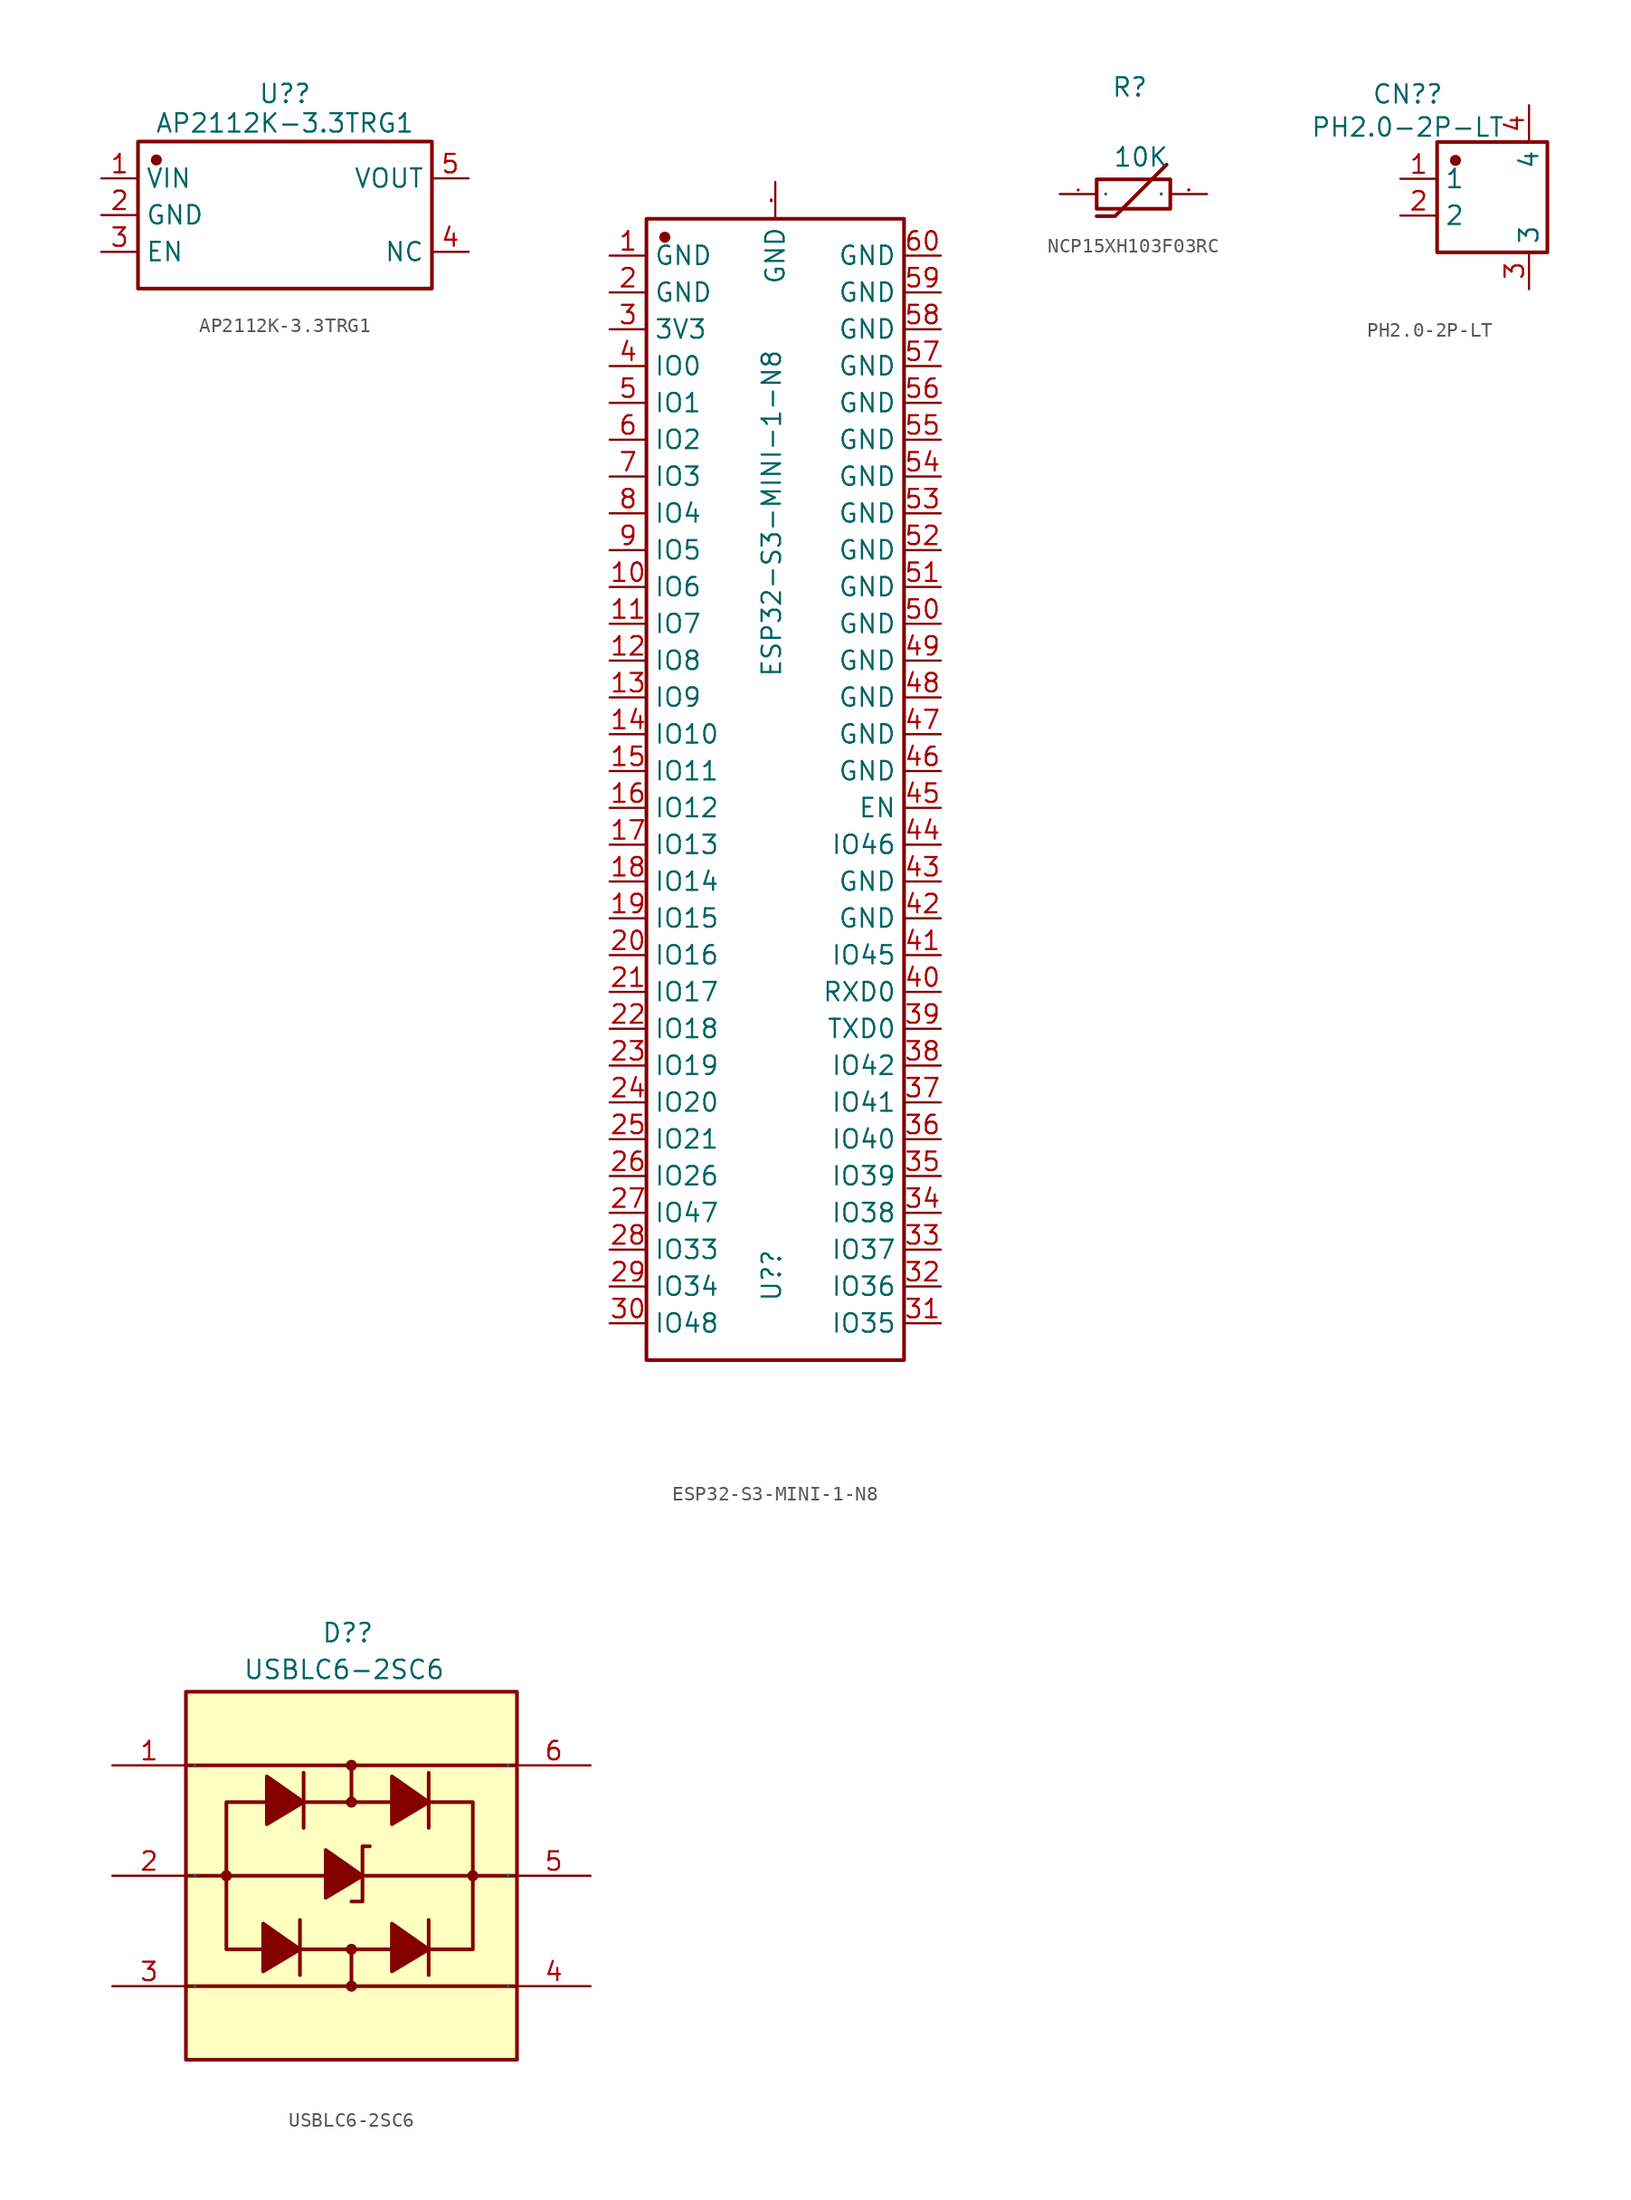
<source format=kicad_sym>
(kicad_symbol_lib
  (version 20241209)
  (generator "kicad_symbol_editor")
  (generator_version "9.0")
  (symbol "AP2112K-3.3TRG1"
    (property "Reference" "U?"
      (at 0 8.382 0)
      (effects (font (size 1.27 1.27))))
    (property "Value" "AP2112K-3.3TRG1"
      (at 0 6.35 0)
      (effects (font (size 1.27 1.27))))
    (symbol "AP2112K-3.3TRG1_0_0"
      (rectangle (start -10.16 5.08) (end 10.16 -5.08) (stroke (width 0.254) (type solid)) (fill (type none)))
      (circle (center -8.89 3.81) (radius 0.254) (stroke (width 0.254) (type solid)) (fill (type outline)))
      (pin unspecified line (at -12.7 2.54 0) (length 2.54) (name "VIN" (effects (font (size 1.27 1.27)))) (number "1" (effects (font (size 1.27 1.27)))))
      (pin unspecified line (at -12.7 0 0) (length 2.54) (name "GND" (effects (font (size 1.27 1.27)))) (number "2" (effects (font (size 1.27 1.27)))))
      (pin unspecified line (at -12.7 -2.54 0) (length 2.54) (name "EN" (effects (font (size 1.27 1.27)))) (number "3" (effects (font (size 1.27 1.27)))))
      (pin unspecified line (at 12.7 2.54 180) (length 2.54) (name "VOUT" (effects (font (size 1.27 1.27)))) (number "5" (effects (font (size 1.27 1.27)))))
      (pin unspecified line (at 12.7 -2.54 180) (length 2.54) (name "NC" (effects (font (size 1.27 1.27)))) (number "4" (effects (font (size 1.27 1.27)))))))
  (symbol "ESP32-S3-MINI-1-N8"
    (property "Reference" "U?"
      (at -0.254 -33.528 90)
      (effects (font (size 1.27 1.27))))
    (property "Value" "ESP32-S3-MINI-1-N8"
      (at -0.254 19.05 90)
      (effects (font (size 1.27 1.27))))
    (symbol "ESP32-S3-MINI-1-N8_0_0"
      (rectangle (start -8.89 39.37) (end 8.89 -39.37) (stroke (width 0.254) (type solid)) (fill (type none)))
      (circle (center -7.62 38.1) (radius 0.254) (stroke (width 0.254) (type solid)) (fill (type outline)))
      (pin unspecified line (at -11.43 36.83 0) (length 2.54) (name "GND" (effects (font (size 1.27 1.27)))) (number "1" (effects (font (size 1.27 1.27)))))
      (pin unspecified line (at -11.43 34.29 0) (length 2.54) (name "GND" (effects (font (size 1.27 1.27)))) (number "2" (effects (font (size 1.27 1.27)))))
      (pin unspecified line (at -11.43 31.75 0) (length 2.54) (name "3V3" (effects (font (size 1.27 1.27)))) (number "3" (effects (font (size 1.27 1.27)))))
      (pin unspecified line (at -11.43 29.21 0) (length 2.54) (name "IO0" (effects (font (size 1.27 1.27)))) (number "4" (effects (font (size 1.27 1.27)))))
      (pin unspecified line (at -11.43 26.67 0) (length 2.54) (name "IO1" (effects (font (size 1.27 1.27)))) (number "5" (effects (font (size 1.27 1.27)))))
      (pin unspecified line (at -11.43 24.13 0) (length 2.54) (name "IO2" (effects (font (size 1.27 1.27)))) (number "6" (effects (font (size 1.27 1.27)))))
      (pin unspecified line (at -11.43 21.59 0) (length 2.54) (name "IO3" (effects (font (size 1.27 1.27)))) (number "7" (effects (font (size 1.27 1.27)))))
      (pin unspecified line (at -11.43 19.05 0) (length 2.54) (name "IO4" (effects (font (size 1.27 1.27)))) (number "8" (effects (font (size 1.27 1.27)))))
      (pin unspecified line (at -11.43 16.51 0) (length 2.54) (name "IO5" (effects (font (size 1.27 1.27)))) (number "9" (effects (font (size 1.27 1.27)))))
      (pin unspecified line (at -11.43 13.97 0) (length 2.54) (name "IO6" (effects (font (size 1.27 1.27)))) (number "10" (effects (font (size 1.27 1.27)))))
      (pin unspecified line (at -11.43 11.43 0) (length 2.54) (name "IO7" (effects (font (size 1.27 1.27)))) (number "11" (effects (font (size 1.27 1.27)))))
      (pin unspecified line (at -11.43 8.89 0) (length 2.54) (name "IO8" (effects (font (size 1.27 1.27)))) (number "12" (effects (font (size 1.27 1.27)))))
      (pin unspecified line (at -11.43 6.35 0) (length 2.54) (name "IO9" (effects (font (size 1.27 1.27)))) (number "13" (effects (font (size 1.27 1.27)))))
      (pin unspecified line (at -11.43 3.81 0) (length 2.54) (name "IO10" (effects (font (size 1.27 1.27)))) (number "14" (effects (font (size 1.27 1.27)))))
      (pin unspecified line (at -11.43 1.27 0) (length 2.54) (name "IO11" (effects (font (size 1.27 1.27)))) (number "15" (effects (font (size 1.27 1.27)))))
      (pin unspecified line (at -11.43 -1.27 0) (length 2.54) (name "IO12" (effects (font (size 1.27 1.27)))) (number "16" (effects (font (size 1.27 1.27)))))
      (pin unspecified line (at -11.43 -3.81 0) (length 2.54) (name "IO13" (effects (font (size 1.27 1.27)))) (number "17" (effects (font (size 1.27 1.27)))))
      (pin unspecified line (at -11.43 -6.35 0) (length 2.54) (name "IO14" (effects (font (size 1.27 1.27)))) (number "18" (effects (font (size 1.27 1.27)))))
      (pin unspecified line (at -11.43 -8.89 0) (length 2.54) (name "IO15" (effects (font (size 1.27 1.27)))) (number "19" (effects (font (size 1.27 1.27)))))
      (pin unspecified line (at -11.43 -11.43 0) (length 2.54) (name "IO16" (effects (font (size 1.27 1.27)))) (number "20" (effects (font (size 1.27 1.27)))))
      (pin unspecified line (at -11.43 -13.97 0) (length 2.54) (name "IO17" (effects (font (size 1.27 1.27)))) (number "21" (effects (font (size 1.27 1.27)))))
      (pin unspecified line (at -11.43 -16.51 0) (length 2.54) (name "IO18" (effects (font (size 1.27 1.27)))) (number "22" (effects (font (size 1.27 1.27)))))
      (pin unspecified line (at -11.43 -19.05 0) (length 2.54) (name "IO19" (effects (font (size 1.27 1.27)))) (number "23" (effects (font (size 1.27 1.27)))))
      (pin unspecified line (at -11.43 -21.59 0) (length 2.54) (name "IO20" (effects (font (size 1.27 1.27)))) (number "24" (effects (font (size 1.27 1.27)))))
      (pin unspecified line (at -11.43 -24.13 0) (length 2.54) (name "IO21" (effects (font (size 1.27 1.27)))) (number "25" (effects (font (size 1.27 1.27)))))
      (pin unspecified line (at -11.43 -26.67 0) (length 2.54) (name "IO26" (effects (font (size 1.27 1.27)))) (number "26" (effects (font (size 1.27 1.27)))))
      (pin unspecified line (at -11.43 -29.21 0) (length 2.54) (name "IO47" (effects (font (size 1.27 1.27)))) (number "27" (effects (font (size 1.27 1.27)))))
      (pin unspecified line (at -11.43 -31.75 0) (length 2.54) (name "IO33" (effects (font (size 1.27 1.27)))) (number "28" (effects (font (size 1.27 1.27)))))
      (pin unspecified line (at -11.43 -34.29 0) (length 2.54) (name "IO34" (effects (font (size 1.27 1.27)))) (number "29" (effects (font (size 1.27 1.27)))))
      (pin unspecified line (at -11.43 -36.83 0) (length 2.54) (name "IO48" (effects (font (size 1.27 1.27)))) (number "30" (effects (font (size 1.27 1.27)))))
      (pin unspecified line (at 0 41.91 270) (length 2.54) (name "GND" (effects (font (size 1.27 1.27)))) (number "GND" (effects (font (size 0.025 0.025)))))
      (pin unspecified line (at 11.43 36.83 180) (length 2.54) (name "GND" (effects (font (size 1.27 1.27)))) (number "60" (effects (font (size 1.27 1.27)))))
      (pin unspecified line (at 11.43 34.29 180) (length 2.54) (name "GND" (effects (font (size 1.27 1.27)))) (number "59" (effects (font (size 1.27 1.27)))))
      (pin unspecified line (at 11.43 31.75 180) (length 2.54) (name "GND" (effects (font (size 1.27 1.27)))) (number "58" (effects (font (size 1.27 1.27)))))
      (pin unspecified line (at 11.43 29.21 180) (length 2.54) (name "GND" (effects (font (size 1.27 1.27)))) (number "57" (effects (font (size 1.27 1.27)))))
      (pin unspecified line (at 11.43 26.67 180) (length 2.54) (name "GND" (effects (font (size 1.27 1.27)))) (number "56" (effects (font (size 1.27 1.27)))))
      (pin unspecified line (at 11.43 24.13 180) (length 2.54) (name "GND" (effects (font (size 1.27 1.27)))) (number "55" (effects (font (size 1.27 1.27)))))
      (pin unspecified line (at 11.43 21.59 180) (length 2.54) (name "GND" (effects (font (size 1.27 1.27)))) (number "54" (effects (font (size 1.27 1.27)))))
      (pin unspecified line (at 11.43 19.05 180) (length 2.54) (name "GND" (effects (font (size 1.27 1.27)))) (number "53" (effects (font (size 1.27 1.27)))))
      (pin unspecified line (at 11.43 16.51 180) (length 2.54) (name "GND" (effects (font (size 1.27 1.27)))) (number "52" (effects (font (size 1.27 1.27)))))
      (pin unspecified line (at 11.43 13.97 180) (length 2.54) (name "GND" (effects (font (size 1.27 1.27)))) (number "51" (effects (font (size 1.27 1.27)))))
      (pin unspecified line (at 11.43 11.43 180) (length 2.54) (name "GND" (effects (font (size 1.27 1.27)))) (number "50" (effects (font (size 1.27 1.27)))))
      (pin unspecified line (at 11.43 8.89 180) (length 2.54) (name "GND" (effects (font (size 1.27 1.27)))) (number "49" (effects (font (size 1.27 1.27)))))
      (pin unspecified line (at 11.43 6.35 180) (length 2.54) (name "GND" (effects (font (size 1.27 1.27)))) (number "48" (effects (font (size 1.27 1.27)))))
      (pin unspecified line (at 11.43 3.81 180) (length 2.54) (name "GND" (effects (font (size 1.27 1.27)))) (number "47" (effects (font (size 1.27 1.27)))))
      (pin unspecified line (at 11.43 1.27 180) (length 2.54) (name "GND" (effects (font (size 1.27 1.27)))) (number "46" (effects (font (size 1.27 1.27)))))
      (pin unspecified line (at 11.43 -1.27 180) (length 2.54) (name "EN" (effects (font (size 1.27 1.27)))) (number "45" (effects (font (size 1.27 1.27)))))
      (pin unspecified line (at 11.43 -3.81 180) (length 2.54) (name "IO46" (effects (font (size 1.27 1.27)))) (number "44" (effects (font (size 1.27 1.27)))))
      (pin unspecified line (at 11.43 -6.35 180) (length 2.54) (name "GND" (effects (font (size 1.27 1.27)))) (number "43" (effects (font (size 1.27 1.27)))))
      (pin unspecified line (at 11.43 -8.89 180) (length 2.54) (name "GND" (effects (font (size 1.27 1.27)))) (number "42" (effects (font (size 1.27 1.27)))))
      (pin unspecified line (at 11.43 -11.43 180) (length 2.54) (name "IO45" (effects (font (size 1.27 1.27)))) (number "41" (effects (font (size 1.27 1.27)))))
      (pin unspecified line (at 11.43 -13.97 180) (length 2.54) (name "RXD0" (effects (font (size 1.27 1.27)))) (number "40" (effects (font (size 1.27 1.27)))))
      (pin unspecified line (at 11.43 -16.51 180) (length 2.54) (name "TXD0" (effects (font (size 1.27 1.27)))) (number "39" (effects (font (size 1.27 1.27)))))
      (pin unspecified line (at 11.43 -19.05 180) (length 2.54) (name "IO42" (effects (font (size 1.27 1.27)))) (number "38" (effects (font (size 1.27 1.27)))))
      (pin unspecified line (at 11.43 -21.59 180) (length 2.54) (name "IO41" (effects (font (size 1.27 1.27)))) (number "37" (effects (font (size 1.27 1.27)))))
      (pin unspecified line (at 11.43 -24.13 180) (length 2.54) (name "IO40" (effects (font (size 1.27 1.27)))) (number "36" (effects (font (size 1.27 1.27)))))
      (pin unspecified line (at 11.43 -26.67 180) (length 2.54) (name "IO39" (effects (font (size 1.27 1.27)))) (number "35" (effects (font (size 1.27 1.27)))))
      (pin unspecified line (at 11.43 -29.21 180) (length 2.54) (name "IO38" (effects (font (size 1.27 1.27)))) (number "34" (effects (font (size 1.27 1.27)))))
      (pin unspecified line (at 11.43 -31.75 180) (length 2.54) (name "IO37" (effects (font (size 1.27 1.27)))) (number "33" (effects (font (size 1.27 1.27)))))
      (pin unspecified line (at 11.43 -34.29 180) (length 2.54) (name "IO36" (effects (font (size 1.27 1.27)))) (number "32" (effects (font (size 1.27 1.27)))))
      (pin unspecified line (at 11.43 -36.83 180) (length 2.54) (name "IO35" (effects (font (size 1.27 1.27)))) (number "31" (effects (font (size 1.27 1.27)))))))
  (symbol "NCP15XH103F03RC"
    (property "Reference" "R"
      (at -0.254 7.366 0)
      (effects (font (size 1.27 1.27))))
    (property "Value" "10K"
      (at 0.508 2.54 0)
      (effects (font (size 1.27 1.27))))
    (symbol "NCP15XH103F03RC_0_0"
      (rectangle (start -2.54 1.016) (end 2.54 -1.016) (stroke (width 0.254) (type solid)) (fill (type none)))
      (polyline (pts (xy -2.54 -1.524) (xy -1.27 -1.524) (xy 2.286 2.032)) (stroke (width 0.254) (type solid)) (fill (type none)))
      (pin input line (at -5.08 0 0) (length 2.54) (name "1" (effects (font (size 0.025 0.025)))) (number "1" (effects (font (size 0.025 0.025)))))
      (pin input line (at 5.08 0 180) (length 2.54) (name "2" (effects (font (size 0.025 0.025)))) (number "2" (effects (font (size 0.025 0.025)))))))
  (symbol "PH2.0-2P-LT"
    (property "Reference" "CN?"
      (at -4.572 7.112 0)
      (effects (font (size 1.27 1.27))))
    (property "Value" "PH2.0-2P-LT"
      (at -4.572 4.826 0)
      (effects (font (size 1.27 1.27))))
    (symbol "PH2.0-2P-LT_0_0"
      (rectangle (start -2.54 3.81) (end 5.08 -3.81) (stroke (width 0.254) (type solid)) (fill (type none)))
      (circle (center -1.27 2.54) (radius 0.254) (stroke (width 0.254) (type solid)) (fill (type outline)))
      (pin unspecified line (at -5.08 1.27 0) (length 2.54) (name "1" (effects (font (size 1.27 1.27)))) (number "1" (effects (font (size 1.27 1.27)))))
      (pin unspecified line (at -5.08 -1.27 0) (length 2.54) (name "2" (effects (font (size 1.27 1.27)))) (number "2" (effects (font (size 1.27 1.27)))))
      (pin unspecified line (at 3.81 6.35 270) (length 2.54) (name "4" (effects (font (size 1.27 1.27)))) (number "4" (effects (font (size 1.27 1.27)))))
      (pin unspecified line (at 3.81 -6.35 90) (length 2.54) (name "3" (effects (font (size 1.27 1.27)))) (number "3" (effects (font (size 1.27 1.27)))))))
  (symbol "USBLC6-2SC6"
    (property "Reference" "D?"
      (at -0.254 16.764 0)
      (effects (font (size 1.27 1.27))))
    (property "Value" "USBLC6-2SC6"
      (at -0.508 14.224 0)
      (effects (font (size 1.27 1.27))))
    (symbol "USBLC6-2SC6_0_0"
      (rectangle (start -11.43 12.7) (end 11.43 -12.7) (stroke (width 0.254) (type solid)) (fill (type background)))
      (polyline (pts (xy -11.43 7.62) (xy 11.43 7.62)) (stroke (width 0.254) (type solid)) (fill (type none)))
      (polyline (pts (xy -11.43 0) (xy 11.43 0)) (stroke (width 0.254) (type solid)) (fill (type none)))
      (polyline (pts (xy -11.43 -7.62) (xy 11.43 -7.62)) (stroke (width 0.254) (type solid)) (fill (type none)))
      (circle (center -8.636 0) (radius 0.254) (stroke (width 0.254) (type solid)) (fill (type none)))
      (polyline (pts (xy -8.636 0) (xy -8.636 5.08) (xy 8.382 5.08) (xy 8.382 -5.08) (xy -8.636 -5.08) (xy -8.636 0)) (stroke (width 0.254) (type solid)) (fill (type none)))
      (polyline (pts (xy -6.096 -6.604) (xy -3.556 -5.08) (xy -6.096 -3.302) (xy -6.096 -6.604)) (stroke (width 0.254) (type solid)) (fill (type outline)))
      (polyline (pts (xy -5.842 3.556) (xy -3.302 5.08) (xy -5.842 6.858) (xy -5.842 3.556)) (stroke (width 0.254) (type solid)) (fill (type outline)))
      (polyline (pts (xy -3.556 -3.048) (xy -3.556 -6.858)) (stroke (width 0.254) (type solid)) (fill (type none)))
      (polyline (pts (xy -3.302 7.112) (xy -3.302 3.302)) (stroke (width 0.254) (type solid)) (fill (type none)))
      (polyline (pts (xy -1.778 -1.524) (xy 0.762 0) (xy -1.778 1.778) (xy -1.778 -1.524)) (stroke (width 0.254) (type solid)) (fill (type outline)))
      (circle (center 0 7.62) (radius 0.254) (stroke (width 0.254) (type solid)) (fill (type none)))
      (polyline (pts (xy 0 7.62) (xy 0 5.08)) (stroke (width 0.254) (type solid)) (fill (type none)))
      (circle (center 0 5.08) (radius 0.254) (stroke (width 0.254) (type solid)) (fill (type none)))
      (circle (center 0 -5.08) (radius 0.254) (stroke (width 0.254) (type solid)) (fill (type none)))
      (polyline (pts (xy 0 -7.62) (xy 0 -5.08)) (stroke (width 0.254) (type solid)) (fill (type none)))
      (circle (center 0 -7.62) (radius 0.254) (stroke (width 0.254) (type solid)) (fill (type none)))
      (polyline (pts (xy 1.27 2.032) (xy 0.762 2.032) (xy 0.762 -1.778) (xy 0 -1.778)) (stroke (width 0.254) (type solid)) (fill (type none)))
      (polyline (pts (xy 2.794 3.556) (xy 5.334 5.08) (xy 2.794 6.858) (xy 2.794 3.556)) (stroke (width 0.254) (type solid)) (fill (type outline)))
      (polyline (pts (xy 2.794 -6.604) (xy 5.334 -5.08) (xy 2.794 -3.302) (xy 2.794 -6.604)) (stroke (width 0.254) (type solid)) (fill (type outline)))
      (polyline (pts (xy 5.334 7.112) (xy 5.334 3.302)) (stroke (width 0.254) (type solid)) (fill (type none)))
      (polyline (pts (xy 5.334 -3.048) (xy 5.334 -6.858)) (stroke (width 0.254) (type solid)) (fill (type none)))
      (circle (center 8.382 0) (radius 0.254) (stroke (width 0.254) (type solid)) (fill (type none)))
      (pin input line (at -16.51 7.62 0) (length 5.08) (name "1" (effects (font (size 0.025 0.025)))) (number "1" (effects (font (size 1.27 1.27)))))
      (pin input line (at -16.51 0 0) (length 5.08) (name "2" (effects (font (size 0.025 0.025)))) (number "2" (effects (font (size 1.27 1.27)))))
      (pin input line (at -16.51 -7.62 0) (length 5.08) (name "3" (effects (font (size 0.025 0.025)))) (number "3" (effects (font (size 1.27 1.27)))))
      (pin input line (at 16.51 7.62 180) (length 5.08) (name "6" (effects (font (size 0.025 0.025)))) (number "6" (effects (font (size 1.27 1.27)))))
      (pin input line (at 16.51 0 180) (length 5.08) (name "5" (effects (font (size 0.025 0.025)))) (number "5" (effects (font (size 1.27 1.27)))))
      (pin input line (at 16.51 -7.62 180) (length 5.08) (name "4" (effects (font (size 0.025 0.025)))) (number "4" (effects (font (size 1.27 1.27))))))))
</source>
